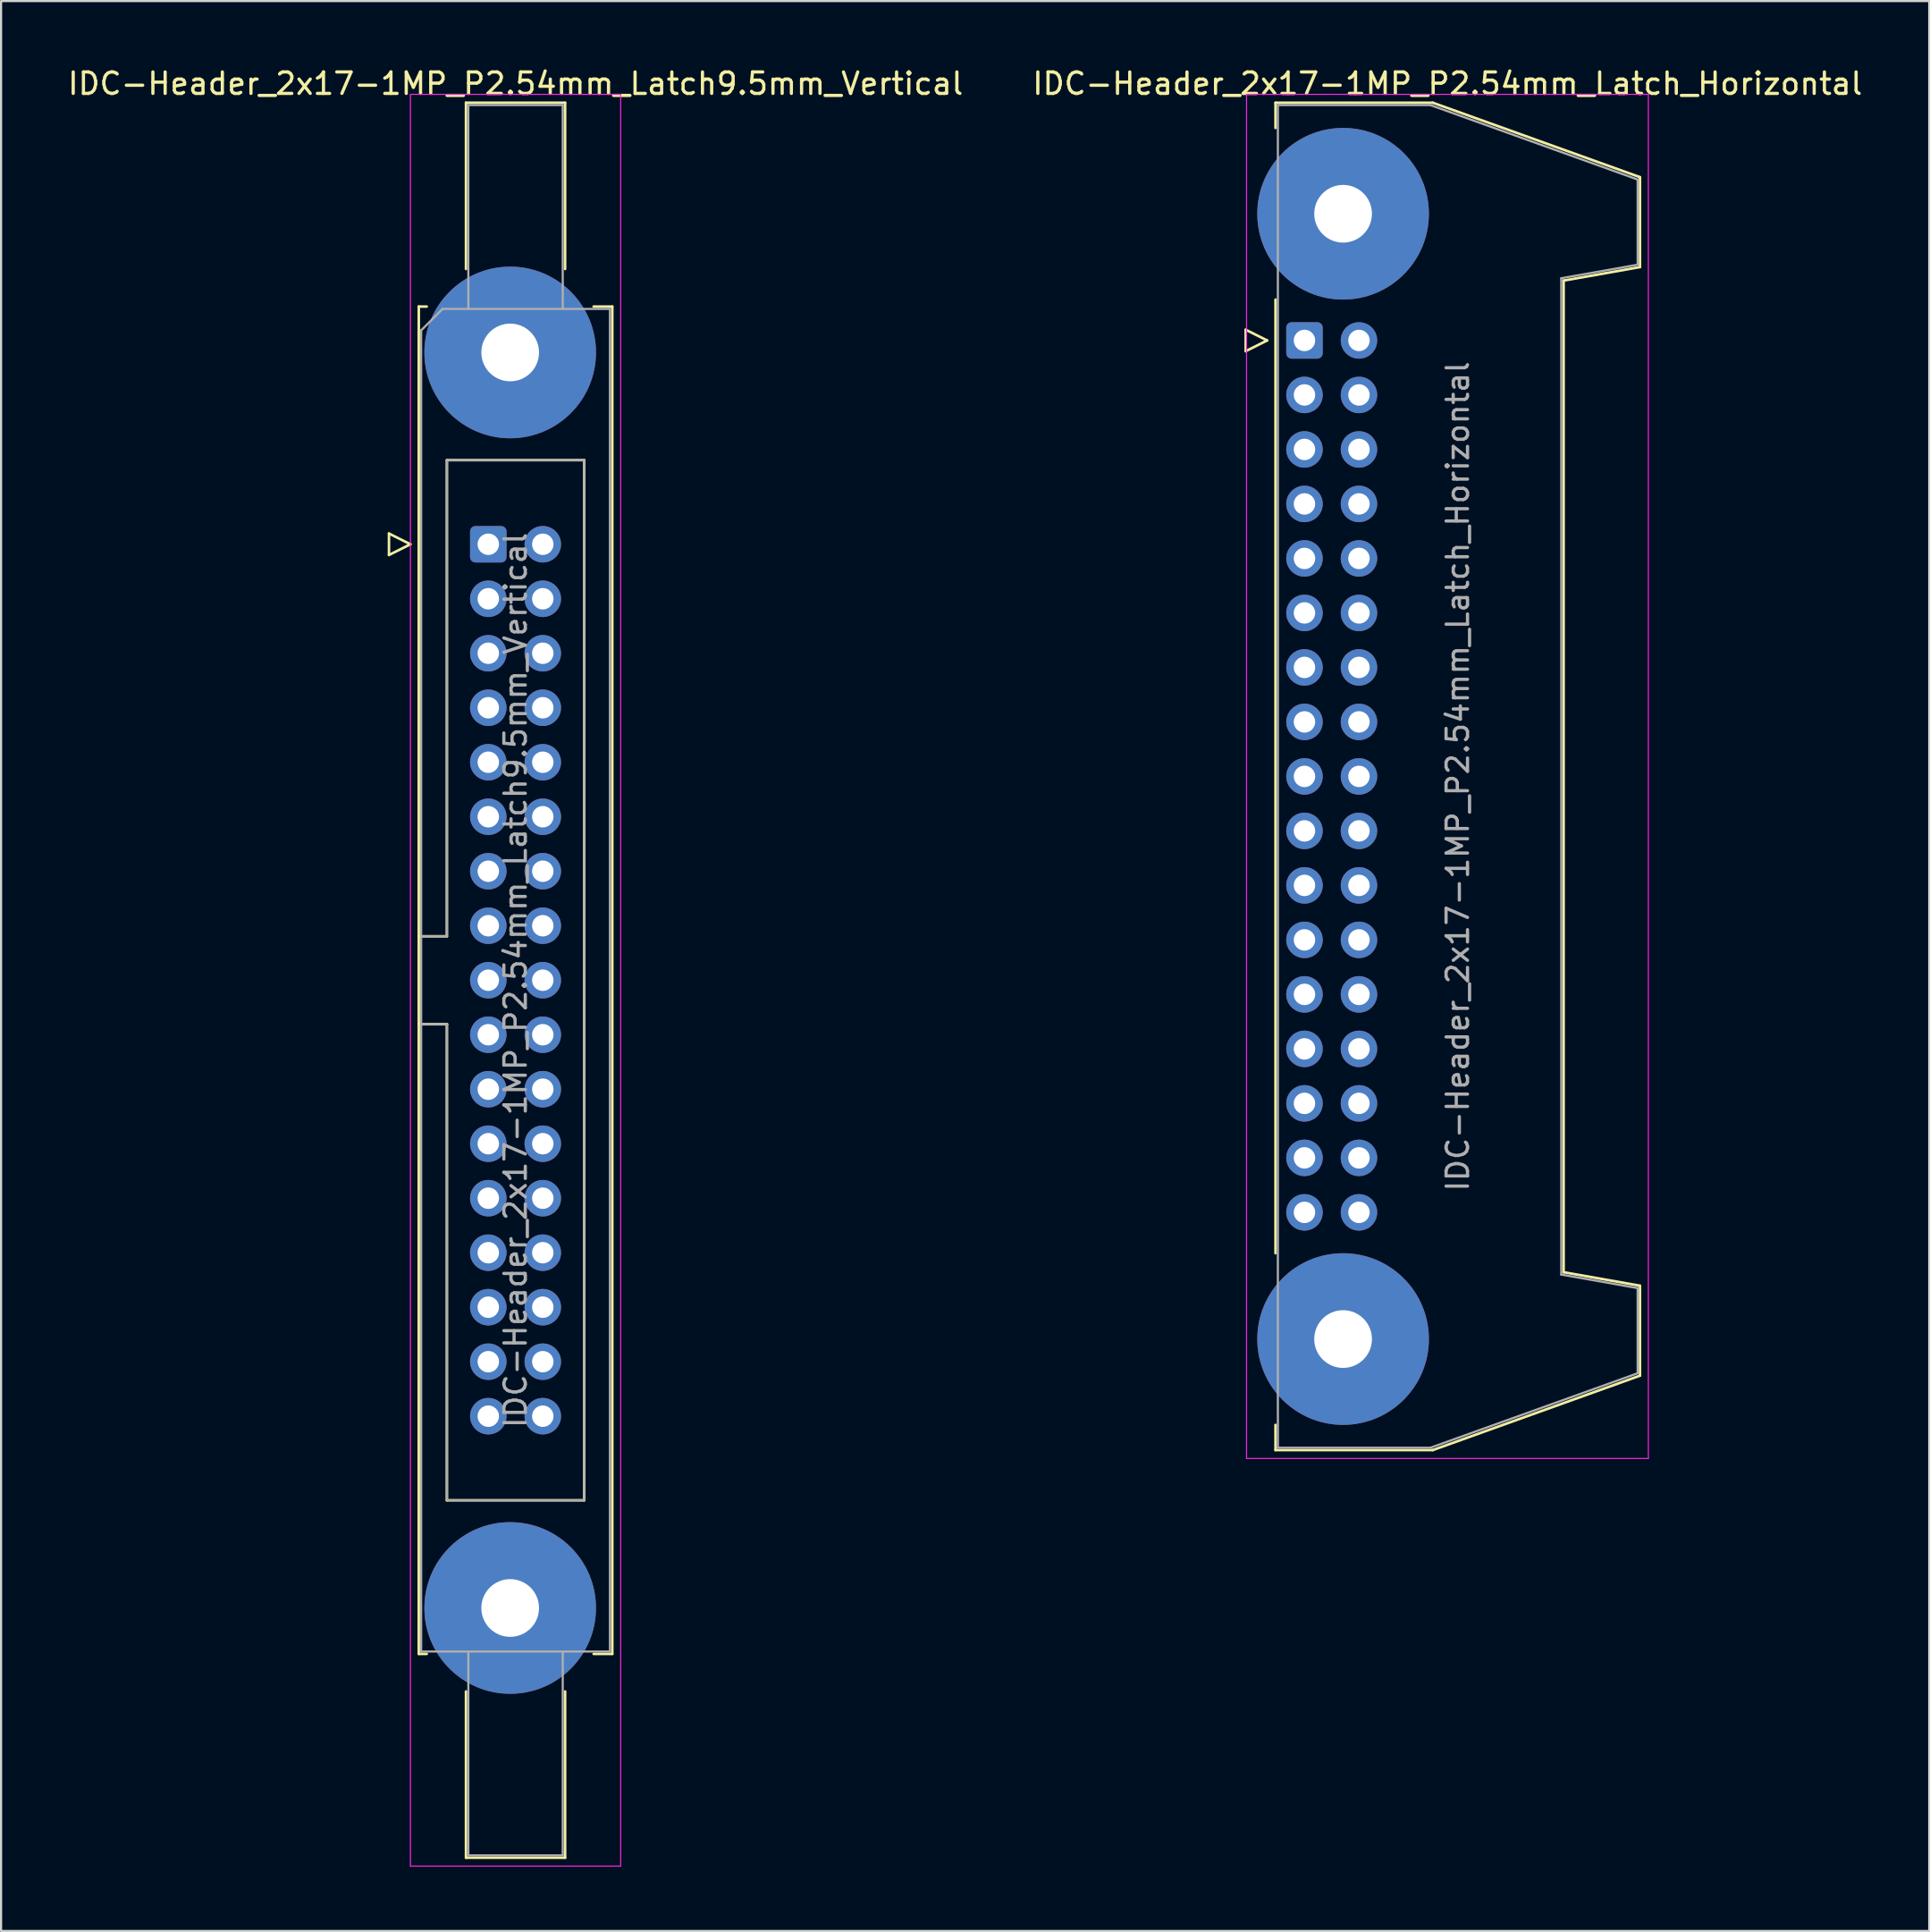
<source format=kicad_pcb>
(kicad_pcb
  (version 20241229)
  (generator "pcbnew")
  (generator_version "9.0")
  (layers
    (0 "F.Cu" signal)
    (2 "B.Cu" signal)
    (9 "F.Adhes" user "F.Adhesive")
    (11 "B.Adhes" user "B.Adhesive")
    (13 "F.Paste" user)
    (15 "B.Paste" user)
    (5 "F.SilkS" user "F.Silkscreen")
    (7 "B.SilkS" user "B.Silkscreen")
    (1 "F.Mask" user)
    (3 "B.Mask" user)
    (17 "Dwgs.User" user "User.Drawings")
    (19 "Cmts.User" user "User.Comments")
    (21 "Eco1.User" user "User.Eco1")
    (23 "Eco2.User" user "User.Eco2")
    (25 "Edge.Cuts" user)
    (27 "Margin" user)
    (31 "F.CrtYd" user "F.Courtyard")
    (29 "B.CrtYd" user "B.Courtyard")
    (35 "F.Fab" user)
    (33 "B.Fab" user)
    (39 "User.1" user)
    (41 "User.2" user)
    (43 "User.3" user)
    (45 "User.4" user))
  (footprint "IDC-Header_2x17-1MP_P2.54mm_Latch9.5mm_Vertical"
    (layer "F.Cu")
    (at 19.712 22.318)
    (property "Reference" "IDC-Header_2x17-1MP_P2.54mm_Latch9.5mm_Vertical" (at 1.27 -21.47 0) (layer "F.SilkS") (effects (font (size 1 1) (thickness 0.15))))
    (attr through_hole)
    (fp_line (start -4.63 -0.5) (end -4.63 0.5) (stroke (width 0.12) (type solid)) (layer "F.SilkS"))
    (fp_line (start -4.63 0.5) (end -3.63 0) (stroke (width 0.12) (type solid)) (layer "F.SilkS"))
    (fp_line (start -3.63 0) (end -4.63 -0.5) (stroke (width 0.12) (type solid)) (layer "F.SilkS"))
    (fp_line (start -3.24 -11.08) (end -3.24 51.72) (stroke (width 0.12) (type solid)) (layer "F.SilkS"))
    (fp_line (start -3.24 18.27) (end -1.93 18.27) (stroke (width 0.12) (type solid)) (layer "F.SilkS"))
    (fp_line (start -3.24 51.72) (end -2.87 51.72) (stroke (width 0.12) (type solid)) (layer "F.SilkS"))
    (fp_line (start -2.87 -11.08) (end -3.24 -11.08) (stroke (width 0.12) (type solid)) (layer "F.SilkS"))
    (fp_line (start -1.93 -3.92) (end 4.47 -3.92) (stroke (width 0.12) (type solid)) (layer "F.SilkS"))
    (fp_line (start -1.93 18.27) (end -1.93 -3.92) (stroke (width 0.12) (type solid)) (layer "F.SilkS"))
    (fp_line (start -1.93 22.37) (end -3.24 22.37) (stroke (width 0.12) (type solid)) (layer "F.SilkS"))
    (fp_line (start -1.93 22.37) (end -1.93 22.37) (stroke (width 0.12) (type solid)) (layer "F.SilkS"))
    (fp_line (start -1.93 44.56) (end -1.93 22.37) (stroke (width 0.12) (type solid)) (layer "F.SilkS"))
    (fp_line (start -1.04 -20.58) (end 3.58 -20.58) (stroke (width 0.12) (type solid)) (layer "F.SilkS"))
    (fp_line (start -1.04 -12.83) (end -1.04 -20.58) (stroke (width 0.12) (type solid)) (layer "F.SilkS"))
    (fp_line (start -1.04 53.47) (end -1.04 61.22) (stroke (width 0.12) (type solid)) (layer "F.SilkS"))
    (fp_line (start -1.04 61.22) (end 3.58 61.22) (stroke (width 0.12) (type solid)) (layer "F.SilkS"))
    (fp_line (start 3.58 -20.58) (end 3.58 -12.83) (stroke (width 0.12) (type solid)) (layer "F.SilkS"))
    (fp_line (start 3.58 61.22) (end 3.58 53.47) (stroke (width 0.12) (type solid)) (layer "F.SilkS"))
    (fp_line (start 4.47 -3.92) (end 4.47 44.56) (stroke (width 0.12) (type solid)) (layer "F.SilkS"))
    (fp_line (start 4.47 44.56) (end -1.93 44.56) (stroke (width 0.12) (type solid)) (layer "F.SilkS"))
    (fp_line (start 4.91 -11.08) (end 5.78 -11.08) (stroke (width 0.12) (type solid)) (layer "F.SilkS"))
    (fp_line (start 5.78 -11.08) (end 5.78 51.72) (stroke (width 0.12) (type solid)) (layer "F.SilkS"))
    (fp_line (start 5.78 51.72) (end 4.91 51.72) (stroke (width 0.12) (type solid)) (layer "F.SilkS"))
    (fp_line (start -3.63 -20.97) (end -3.63 61.61) (stroke (width 0.05) (type solid)) (layer "F.CrtYd"))
    (fp_line (start -3.63 61.61) (end 6.17 61.61) (stroke (width 0.05) (type solid)) (layer "F.CrtYd"))
    (fp_line (start 6.17 -20.97) (end -3.63 -20.97) (stroke (width 0.05) (type solid)) (layer "F.CrtYd"))
    (fp_line (start 6.17 61.61) (end 6.17 -20.97) (stroke (width 0.05) (type solid)) (layer "F.CrtYd"))
    (fp_line (start -3.13 -9.97) (end -2.13 -10.97) (stroke (width 0.1) (type solid)) (layer "F.Fab"))
    (fp_line (start -3.13 18.27) (end -1.93 18.27) (stroke (width 0.1) (type solid)) (layer "F.Fab"))
    (fp_line (start -3.13 51.61) (end -3.13 -9.97) (stroke (width 0.1) (type solid)) (layer "F.Fab"))
    (fp_line (start -2.13 -10.97) (end 5.67 -10.97) (stroke (width 0.1) (type solid)) (layer "F.Fab"))
    (fp_line (start -1.93 -3.92) (end 4.47 -3.92) (stroke (width 0.1) (type solid)) (layer "F.Fab"))
    (fp_line (start -1.93 18.27) (end -1.93 -3.92) (stroke (width 0.1) (type solid)) (layer "F.Fab"))
    (fp_line (start -1.93 22.37) (end -3.13 22.37) (stroke (width 0.1) (type solid)) (layer "F.Fab"))
    (fp_line (start -1.93 22.37) (end -1.93 22.37) (stroke (width 0.1) (type solid)) (layer "F.Fab"))
    (fp_line (start -1.93 44.56) (end -1.93 22.37) (stroke (width 0.1) (type solid)) (layer "F.Fab"))
    (fp_line (start -0.93 -20.47) (end 3.47 -20.47) (stroke (width 0.1) (type solid)) (layer "F.Fab"))
    (fp_line (start -0.93 -10.97) (end -0.93 -20.47) (stroke (width 0.1) (type solid)) (layer "F.Fab"))
    (fp_line (start -0.93 51.61) (end -0.93 61.11) (stroke (width 0.1) (type solid)) (layer "F.Fab"))
    (fp_line (start -0.93 61.11) (end 3.47 61.11) (stroke (width 0.1) (type solid)) (layer "F.Fab"))
    (fp_line (start 3.47 -20.47) (end 3.47 -10.97) (stroke (width 0.1) (type solid)) (layer "F.Fab"))
    (fp_line (start 3.47 61.11) (end 3.47 51.61) (stroke (width 0.1) (type solid)) (layer "F.Fab"))
    (fp_line (start 4.47 -3.92) (end 4.47 44.56) (stroke (width 0.1) (type solid)) (layer "F.Fab"))
    (fp_line (start 4.47 44.56) (end -1.93 44.56) (stroke (width 0.1) (type solid)) (layer "F.Fab"))
    (fp_line (start 5.67 -10.97) (end 5.67 51.61) (stroke (width 0.1) (type solid)) (layer "F.Fab"))
    (fp_line (start 5.67 51.61) (end -3.13 51.61) (stroke (width 0.1) (type solid)) (layer "F.Fab"))
    (fp_text user "${REFERENCE}" (at 1.27 20.32 90) (layer "F.Fab") (effects (font (size 1 1) (thickness 0.15))))
    (pad "1" thru_hole roundrect (at 0 0) (size 1.7 1.7) (drill 1) (layers "*.Cu" "*.Mask") (roundrect_rratio 0.147))
    (pad "2" thru_hole circle (at 2.54 0) (size 1.7 1.7) (drill 1) (layers "*.Cu" "*.Mask"))
    (pad "3" thru_hole circle (at 0 2.54) (size 1.7 1.7) (drill 1) (layers "*.Cu" "*.Mask"))
    (pad "4" thru_hole circle (at 2.54 2.54) (size 1.7 1.7) (drill 1) (layers "*.Cu" "*.Mask"))
    (pad "5" thru_hole circle (at 0 5.08) (size 1.7 1.7) (drill 1) (layers "*.Cu" "*.Mask"))
    (pad "6" thru_hole circle (at 2.54 5.08) (size 1.7 1.7) (drill 1) (layers "*.Cu" "*.Mask"))
    (pad "7" thru_hole circle (at 0 7.62) (size 1.7 1.7) (drill 1) (layers "*.Cu" "*.Mask"))
    (pad "8" thru_hole circle (at 2.54 7.62) (size 1.7 1.7) (drill 1) (layers "*.Cu" "*.Mask"))
    (pad "9" thru_hole circle (at 0 10.16) (size 1.7 1.7) (drill 1) (layers "*.Cu" "*.Mask"))
    (pad "10" thru_hole circle (at 2.54 10.16) (size 1.7 1.7) (drill 1) (layers "*.Cu" "*.Mask"))
    (pad "11" thru_hole circle (at 0 12.7) (size 1.7 1.7) (drill 1) (layers "*.Cu" "*.Mask"))
    (pad "12" thru_hole circle (at 2.54 12.7) (size 1.7 1.7) (drill 1) (layers "*.Cu" "*.Mask"))
    (pad "13" thru_hole circle (at 0 15.24) (size 1.7 1.7) (drill 1) (layers "*.Cu" "*.Mask"))
    (pad "14" thru_hole circle (at 2.54 15.24) (size 1.7 1.7) (drill 1) (layers "*.Cu" "*.Mask"))
    (pad "15" thru_hole circle (at 0 17.78) (size 1.7 1.7) (drill 1) (layers "*.Cu" "*.Mask"))
    (pad "16" thru_hole circle (at 2.54 17.78) (size 1.7 1.7) (drill 1) (layers "*.Cu" "*.Mask"))
    (pad "17" thru_hole circle (at 0 20.32) (size 1.7 1.7) (drill 1) (layers "*.Cu" "*.Mask"))
    (pad "18" thru_hole circle (at 2.54 20.32) (size 1.7 1.7) (drill 1) (layers "*.Cu" "*.Mask"))
    (pad "19" thru_hole circle (at 0 22.86) (size 1.7 1.7) (drill 1) (layers "*.Cu" "*.Mask"))
    (pad "20" thru_hole circle (at 2.54 22.86) (size 1.7 1.7) (drill 1) (layers "*.Cu" "*.Mask"))
    (pad "21" thru_hole circle (at 0 25.4) (size 1.7 1.7) (drill 1) (layers "*.Cu" "*.Mask"))
    (pad "22" thru_hole circle (at 2.54 25.4) (size 1.7 1.7) (drill 1) (layers "*.Cu" "*.Mask"))
    (pad "23" thru_hole circle (at 0 27.94) (size 1.7 1.7) (drill 1) (layers "*.Cu" "*.Mask"))
    (pad "24" thru_hole circle (at 2.54 27.94) (size 1.7 1.7) (drill 1) (layers "*.Cu" "*.Mask"))
    (pad "25" thru_hole circle (at 0 30.48) (size 1.7 1.7) (drill 1) (layers "*.Cu" "*.Mask"))
    (pad "26" thru_hole circle (at 2.54 30.48) (size 1.7 1.7) (drill 1) (layers "*.Cu" "*.Mask"))
    (pad "27" thru_hole circle (at 0 33.02) (size 1.7 1.7) (drill 1) (layers "*.Cu" "*.Mask"))
    (pad "28" thru_hole circle (at 2.54 33.02) (size 1.7 1.7) (drill 1) (layers "*.Cu" "*.Mask"))
    (pad "29" thru_hole circle (at 0 35.56) (size 1.7 1.7) (drill 1) (layers "*.Cu" "*.Mask"))
    (pad "30" thru_hole circle (at 2.54 35.56) (size 1.7 1.7) (drill 1) (layers "*.Cu" "*.Mask"))
    (pad "31" thru_hole circle (at 0 38.1) (size 1.7 1.7) (drill 1) (layers "*.Cu" "*.Mask"))
    (pad "32" thru_hole circle (at 2.54 38.1) (size 1.7 1.7) (drill 1) (layers "*.Cu" "*.Mask"))
    (pad "33" thru_hole circle (at 0 40.64) (size 1.7 1.7) (drill 1) (layers "*.Cu" "*.Mask"))
    (pad "34" thru_hole circle (at 2.54 40.64) (size 1.7 1.7) (drill 1) (layers "*.Cu" "*.Mask"))
    (pad "MP" thru_hole circle (at 1.02 -8.94) (size 8 8) (drill 2.69) (layers "*.Cu" "*.Mask"))
    (pad "MP" thru_hole circle (at 1.02 49.58) (size 8 8) (drill 2.69) (layers "*.Cu" "*.Mask")))
  (footprint "IDC-Header_2x17-1MP_P2.54mm_Latch_Horizontal"
    (layer "F.Cu")
    (at 57.758 12.818)
    (property "Reference" "IDC-Header_2x17-1MP_P2.54mm_Latch_Horizontal" (at 6.665 -11.97 0) (layer "F.SilkS") (effects (font (size 1 1) (thickness 0.15))))
    (attr through_hole)
    (fp_line (start -2.74 -0.5) (end -2.74 0.5) (stroke (width 0.12) (type solid)) (layer "F.SilkS"))
    (fp_line (start -2.74 0.5) (end -1.74 0) (stroke (width 0.12) (type solid)) (layer "F.SilkS"))
    (fp_line (start -1.74 0) (end -2.74 -0.5) (stroke (width 0.12) (type solid)) (layer "F.SilkS"))
    (fp_line (start -1.35 -11.08) (end -1.35 -9.905) (stroke (width 0.12) (type solid)) (layer "F.SilkS"))
    (fp_line (start -1.35 -11.08) (end 5.98 -11.08) (stroke (width 0.12) (type solid)) (layer "F.SilkS"))
    (fp_line (start -1.35 -1.905) (end -1.35 42.545) (stroke (width 0.12) (type solid)) (layer "F.SilkS"))
    (fp_line (start -1.35 50.545) (end -1.35 51.72) (stroke (width 0.12) (type solid)) (layer "F.SilkS"))
    (fp_line (start 5.98 -11.08) (end 15.64 -7.61) (stroke (width 0.12) (type solid)) (layer "F.SilkS"))
    (fp_line (start 5.98 51.72) (end -1.35 51.72) (stroke (width 0.12) (type solid)) (layer "F.SilkS"))
    (fp_line (start 12.08 -2.79) (end 12.08 43.43) (stroke (width 0.12) (type solid)) (layer "F.SilkS"))
    (fp_line (start 12.08 43.43) (end 15.64 44.06) (stroke (width 0.12) (type solid)) (layer "F.SilkS"))
    (fp_line (start 15.64 -7.61) (end 15.64 -3.42) (stroke (width 0.12) (type solid)) (layer "F.SilkS"))
    (fp_line (start 15.64 -3.42) (end 12.08 -2.79) (stroke (width 0.12) (type solid)) (layer "F.SilkS"))
    (fp_line (start 15.64 44.06) (end 15.64 48.25) (stroke (width 0.12) (type solid)) (layer "F.SilkS"))
    (fp_line (start 15.64 48.25) (end 5.98 51.72) (stroke (width 0.12) (type solid)) (layer "F.SilkS"))
    (fp_line (start -2.7 -11.47) (end -2.7 52.11) (stroke (width 0.05) (type solid)) (layer "F.CrtYd"))
    (fp_line (start -2.7 52.11) (end 16.03 52.11) (stroke (width 0.05) (type solid)) (layer "F.CrtYd"))
    (fp_line (start 16.03 -11.47) (end -2.7 -11.47) (stroke (width 0.05) (type solid)) (layer "F.CrtYd"))
    (fp_line (start 16.03 52.11) (end 16.03 -11.47) (stroke (width 0.05) (type solid)) (layer "F.CrtYd"))
    (fp_line (start -1.24 -10.97) (end 5.87 -10.97) (stroke (width 0.1) (type solid)) (layer "F.Fab"))
    (fp_line (start -1.24 51.61) (end -1.24 -10.97) (stroke (width 0.1) (type solid)) (layer "F.Fab"))
    (fp_line (start 5.87 -10.97) (end 15.53 -7.5) (stroke (width 0.1) (type solid)) (layer "F.Fab"))
    (fp_line (start 5.87 51.61) (end -1.24 51.61) (stroke (width 0.1) (type solid)) (layer "F.Fab"))
    (fp_line (start 11.97 -2.9) (end 11.97 43.54) (stroke (width 0.1) (type solid)) (layer "F.Fab"))
    (fp_line (start 11.97 43.54) (end 15.53 44.17) (stroke (width 0.1) (type solid)) (layer "F.Fab"))
    (fp_line (start 15.53 -7.5) (end 15.53 -3.53) (stroke (width 0.1) (type solid)) (layer "F.Fab"))
    (fp_line (start 15.53 -3.53) (end 11.97 -2.9) (stroke (width 0.1) (type solid)) (layer "F.Fab"))
    (fp_line (start 15.53 44.17) (end 15.53 48.14) (stroke (width 0.1) (type solid)) (layer "F.Fab"))
    (fp_line (start 15.53 48.14) (end 5.87 51.61) (stroke (width 0.1) (type solid)) (layer "F.Fab"))
    (fp_text user "${REFERENCE}" (at 7.145 20.32 90) (layer "F.Fab") (effects (font (size 1 1) (thickness 0.15))))
    (pad "1" thru_hole roundrect (at 0 0) (size 1.7 1.7) (drill 1) (layers "*.Cu" "*.Mask") (roundrect_rratio 0.147))
    (pad "2" thru_hole circle (at 2.54 0) (size 1.7 1.7) (drill 1) (layers "*.Cu" "*.Mask"))
    (pad "3" thru_hole circle (at 0 2.54) (size 1.7 1.7) (drill 1) (layers "*.Cu" "*.Mask"))
    (pad "4" thru_hole circle (at 2.54 2.54) (size 1.7 1.7) (drill 1) (layers "*.Cu" "*.Mask"))
    (pad "5" thru_hole circle (at 0 5.08) (size 1.7 1.7) (drill 1) (layers "*.Cu" "*.Mask"))
    (pad "6" thru_hole circle (at 2.54 5.08) (size 1.7 1.7) (drill 1) (layers "*.Cu" "*.Mask"))
    (pad "7" thru_hole circle (at 0 7.62) (size 1.7 1.7) (drill 1) (layers "*.Cu" "*.Mask"))
    (pad "8" thru_hole circle (at 2.54 7.62) (size 1.7 1.7) (drill 1) (layers "*.Cu" "*.Mask"))
    (pad "9" thru_hole circle (at 0 10.16) (size 1.7 1.7) (drill 1) (layers "*.Cu" "*.Mask"))
    (pad "10" thru_hole circle (at 2.54 10.16) (size 1.7 1.7) (drill 1) (layers "*.Cu" "*.Mask"))
    (pad "11" thru_hole circle (at 0 12.7) (size 1.7 1.7) (drill 1) (layers "*.Cu" "*.Mask"))
    (pad "12" thru_hole circle (at 2.54 12.7) (size 1.7 1.7) (drill 1) (layers "*.Cu" "*.Mask"))
    (pad "13" thru_hole circle (at 0 15.24) (size 1.7 1.7) (drill 1) (layers "*.Cu" "*.Mask"))
    (pad "14" thru_hole circle (at 2.54 15.24) (size 1.7 1.7) (drill 1) (layers "*.Cu" "*.Mask"))
    (pad "15" thru_hole circle (at 0 17.78) (size 1.7 1.7) (drill 1) (layers "*.Cu" "*.Mask"))
    (pad "16" thru_hole circle (at 2.54 17.78) (size 1.7 1.7) (drill 1) (layers "*.Cu" "*.Mask"))
    (pad "17" thru_hole circle (at 0 20.32) (size 1.7 1.7) (drill 1) (layers "*.Cu" "*.Mask"))
    (pad "18" thru_hole circle (at 2.54 20.32) (size 1.7 1.7) (drill 1) (layers "*.Cu" "*.Mask"))
    (pad "19" thru_hole circle (at 0 22.86) (size 1.7 1.7) (drill 1) (layers "*.Cu" "*.Mask"))
    (pad "20" thru_hole circle (at 2.54 22.86) (size 1.7 1.7) (drill 1) (layers "*.Cu" "*.Mask"))
    (pad "21" thru_hole circle (at 0 25.4) (size 1.7 1.7) (drill 1) (layers "*.Cu" "*.Mask"))
    (pad "22" thru_hole circle (at 2.54 25.4) (size 1.7 1.7) (drill 1) (layers "*.Cu" "*.Mask"))
    (pad "23" thru_hole circle (at 0 27.94) (size 1.7 1.7) (drill 1) (layers "*.Cu" "*.Mask"))
    (pad "24" thru_hole circle (at 2.54 27.94) (size 1.7 1.7) (drill 1) (layers "*.Cu" "*.Mask"))
    (pad "25" thru_hole circle (at 0 30.48) (size 1.7 1.7) (drill 1) (layers "*.Cu" "*.Mask"))
    (pad "26" thru_hole circle (at 2.54 30.48) (size 1.7 1.7) (drill 1) (layers "*.Cu" "*.Mask"))
    (pad "27" thru_hole circle (at 0 33.02) (size 1.7 1.7) (drill 1) (layers "*.Cu" "*.Mask"))
    (pad "28" thru_hole circle (at 2.54 33.02) (size 1.7 1.7) (drill 1) (layers "*.Cu" "*.Mask"))
    (pad "29" thru_hole circle (at 0 35.56) (size 1.7 1.7) (drill 1) (layers "*.Cu" "*.Mask"))
    (pad "30" thru_hole circle (at 2.54 35.56) (size 1.7 1.7) (drill 1) (layers "*.Cu" "*.Mask"))
    (pad "31" thru_hole circle (at 0 38.1) (size 1.7 1.7) (drill 1) (layers "*.Cu" "*.Mask"))
    (pad "32" thru_hole circle (at 2.54 38.1) (size 1.7 1.7) (drill 1) (layers "*.Cu" "*.Mask"))
    (pad "33" thru_hole circle (at 0 40.64) (size 1.7 1.7) (drill 1) (layers "*.Cu" "*.Mask"))
    (pad "34" thru_hole circle (at 2.54 40.64) (size 1.7 1.7) (drill 1) (layers "*.Cu" "*.Mask"))
    (pad "MP" thru_hole circle (at 1.8 -5.905) (size 8 8) (drill 2.69) (layers "*.Cu" "*.Mask"))
    (pad "MP" thru_hole circle (at 1.8 46.545) (size 8 8) (drill 2.69) (layers "*.Cu" "*.Mask")))
  (gr_rect
    (start -3 -3)
    (end 86.881 86.953)
    (stroke (width 0.1) (type default))
    (fill no)
    (layer "Edge.Cuts")))
</source>
